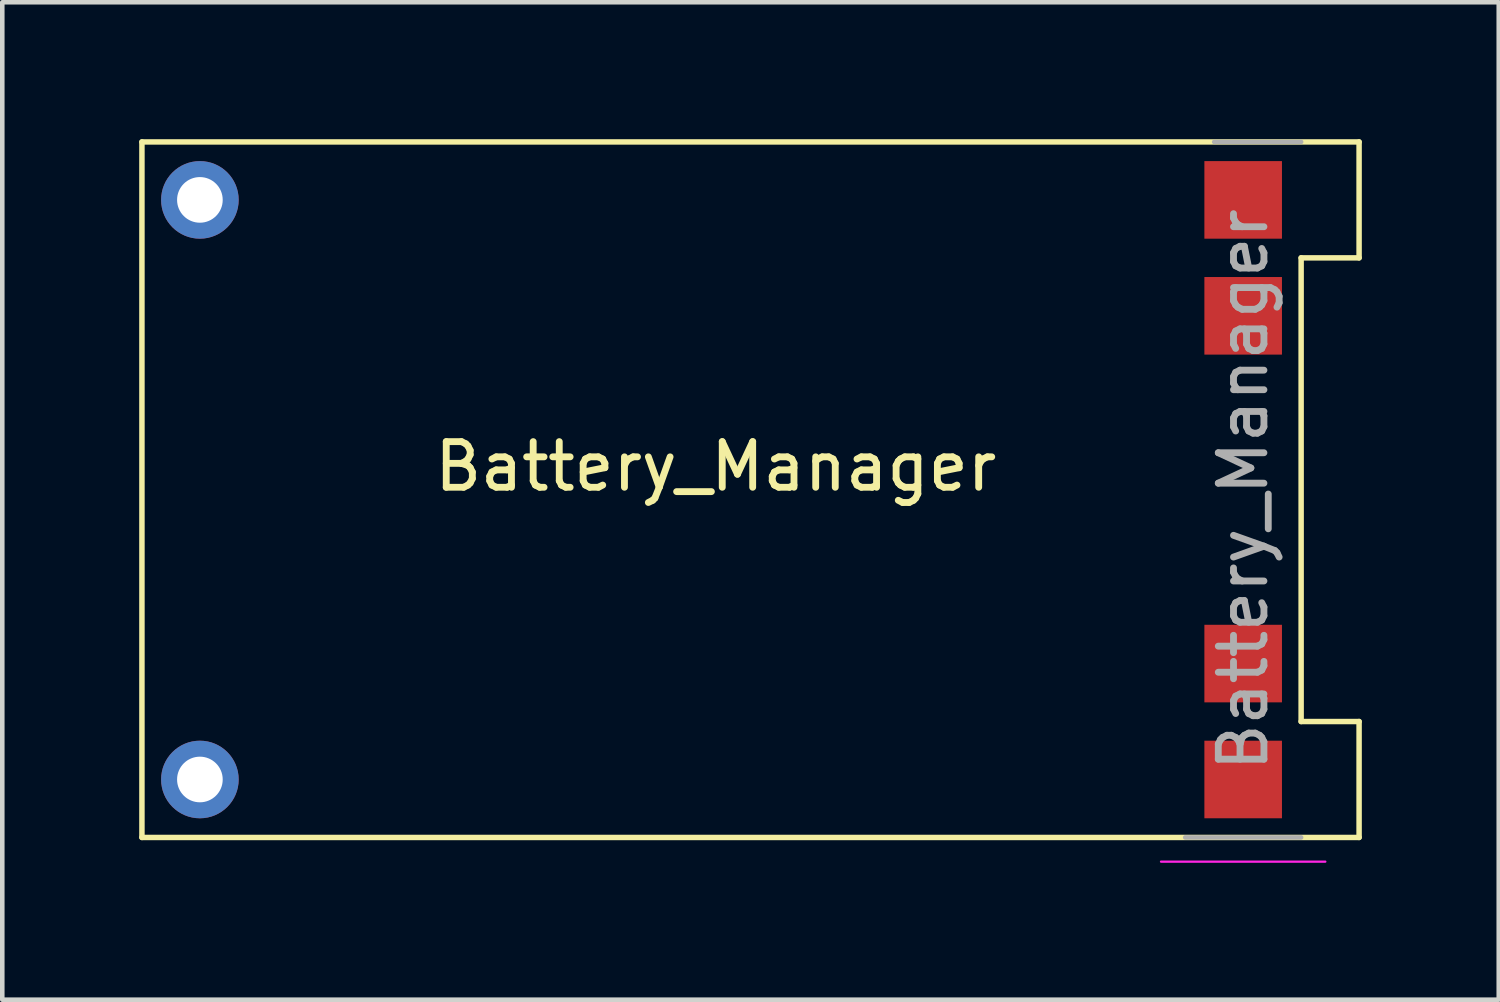
<source format=kicad_pcb>
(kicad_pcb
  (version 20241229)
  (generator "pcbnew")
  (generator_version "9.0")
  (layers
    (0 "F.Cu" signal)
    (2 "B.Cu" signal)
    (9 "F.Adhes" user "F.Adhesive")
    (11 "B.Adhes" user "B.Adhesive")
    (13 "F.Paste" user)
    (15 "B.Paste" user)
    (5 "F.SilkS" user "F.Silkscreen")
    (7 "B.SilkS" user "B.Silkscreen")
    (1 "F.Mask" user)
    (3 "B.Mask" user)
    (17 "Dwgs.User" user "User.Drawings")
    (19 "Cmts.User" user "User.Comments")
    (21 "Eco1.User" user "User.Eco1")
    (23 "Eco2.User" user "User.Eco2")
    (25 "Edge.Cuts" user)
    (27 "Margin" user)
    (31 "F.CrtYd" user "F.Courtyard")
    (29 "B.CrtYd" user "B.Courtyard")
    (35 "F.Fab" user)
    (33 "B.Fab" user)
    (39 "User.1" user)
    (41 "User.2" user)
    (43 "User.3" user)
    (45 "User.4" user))
  (footprint "Battery_Manager"
    (layer "F.Cu")
    (at 24.19 1.33)
    (property "Reference" "Battery_Manager" (at -11.557 5.842 0) (layer "F.SilkS") (effects (font (size 1 1) (thickness 0.15))))
    (attr through_hole)
    (fp_line (start -24.13 -1.27) (end -24.13 13.97) (stroke (width 0.12) (type solid)) (layer "F.SilkS"))
    (fp_line (start -24.13 13.97) (end 2.54 13.97) (stroke (width 0.12) (type solid)) (layer "F.SilkS"))
    (fp_line (start 1.27 1.27) (end 2.54 1.27) (stroke (width 0.12) (type solid)) (layer "F.SilkS"))
    (fp_line (start 1.27 11.43) (end 1.27 1.27) (stroke (width 0.12) (type solid)) (layer "F.SilkS"))
    (fp_line (start 2.54 -1.27) (end -24.13 -1.27) (stroke (width 0.12) (type solid)) (layer "F.SilkS"))
    (fp_line (start 2.54 1.27) (end 2.54 -1.27) (stroke (width 0.12) (type solid)) (layer "F.SilkS"))
    (fp_line (start 2.54 11.43) (end 1.27 11.43) (stroke (width 0.12) (type solid)) (layer "F.SilkS"))
    (fp_line (start 2.54 13.97) (end 2.54 11.43) (stroke (width 0.12) (type solid)) (layer "F.SilkS"))
    (fp_line (start -1.8 14.5) (end 1.8 14.5) (stroke (width 0.05) (type solid)) (layer "F.CrtYd"))
    (fp_line (start -0.635 -1.27) (end 1.27 -1.27) (stroke (width 0.1) (type solid)) (layer "F.Fab"))
    (fp_line (start 1.27 13.97) (end -1.27 13.97) (stroke (width 0.1) (type solid)) (layer "F.Fab"))
    (fp_text user "${REFERENCE}" (at 0 6.35 90) (layer "F.Fab") (effects (font (size 1 1) (thickness 0.15))))
    (pad "1" smd rect (at 0 0) (size 1.7 1.7) (layers "F.Cu" "F.Mask" "F.Paste"))
    (pad "2" smd rect (at 0 2.54) (size 1.7 1.7) (layers "F.Cu" "F.Mask" "F.Paste"))
    (pad "3" smd rect (at 0 10.16) (size 1.7 1.7) (layers "F.Cu" "F.Mask" "F.Paste"))
    (pad "4" smd rect (at 0 12.7) (size 1.7 1.7) (layers "F.Cu" "F.Mask" "F.Paste"))
    (pad "5" thru_hole circle (at -22.86 0) (size 1.7 1.7) (drill 1) (layers "*.Cu" "*.Mask"))
    (pad "6" thru_hole circle (at -22.86 12.7) (size 1.7 1.7) (drill 1) (layers "*.Cu" "*.Mask")))
  (gr_rect
    (start -3 -3)
    (end 29.79 18.855)
    (stroke (width 0.1) (type default))
    (fill no)
    (layer "Edge.Cuts")))
</source>
